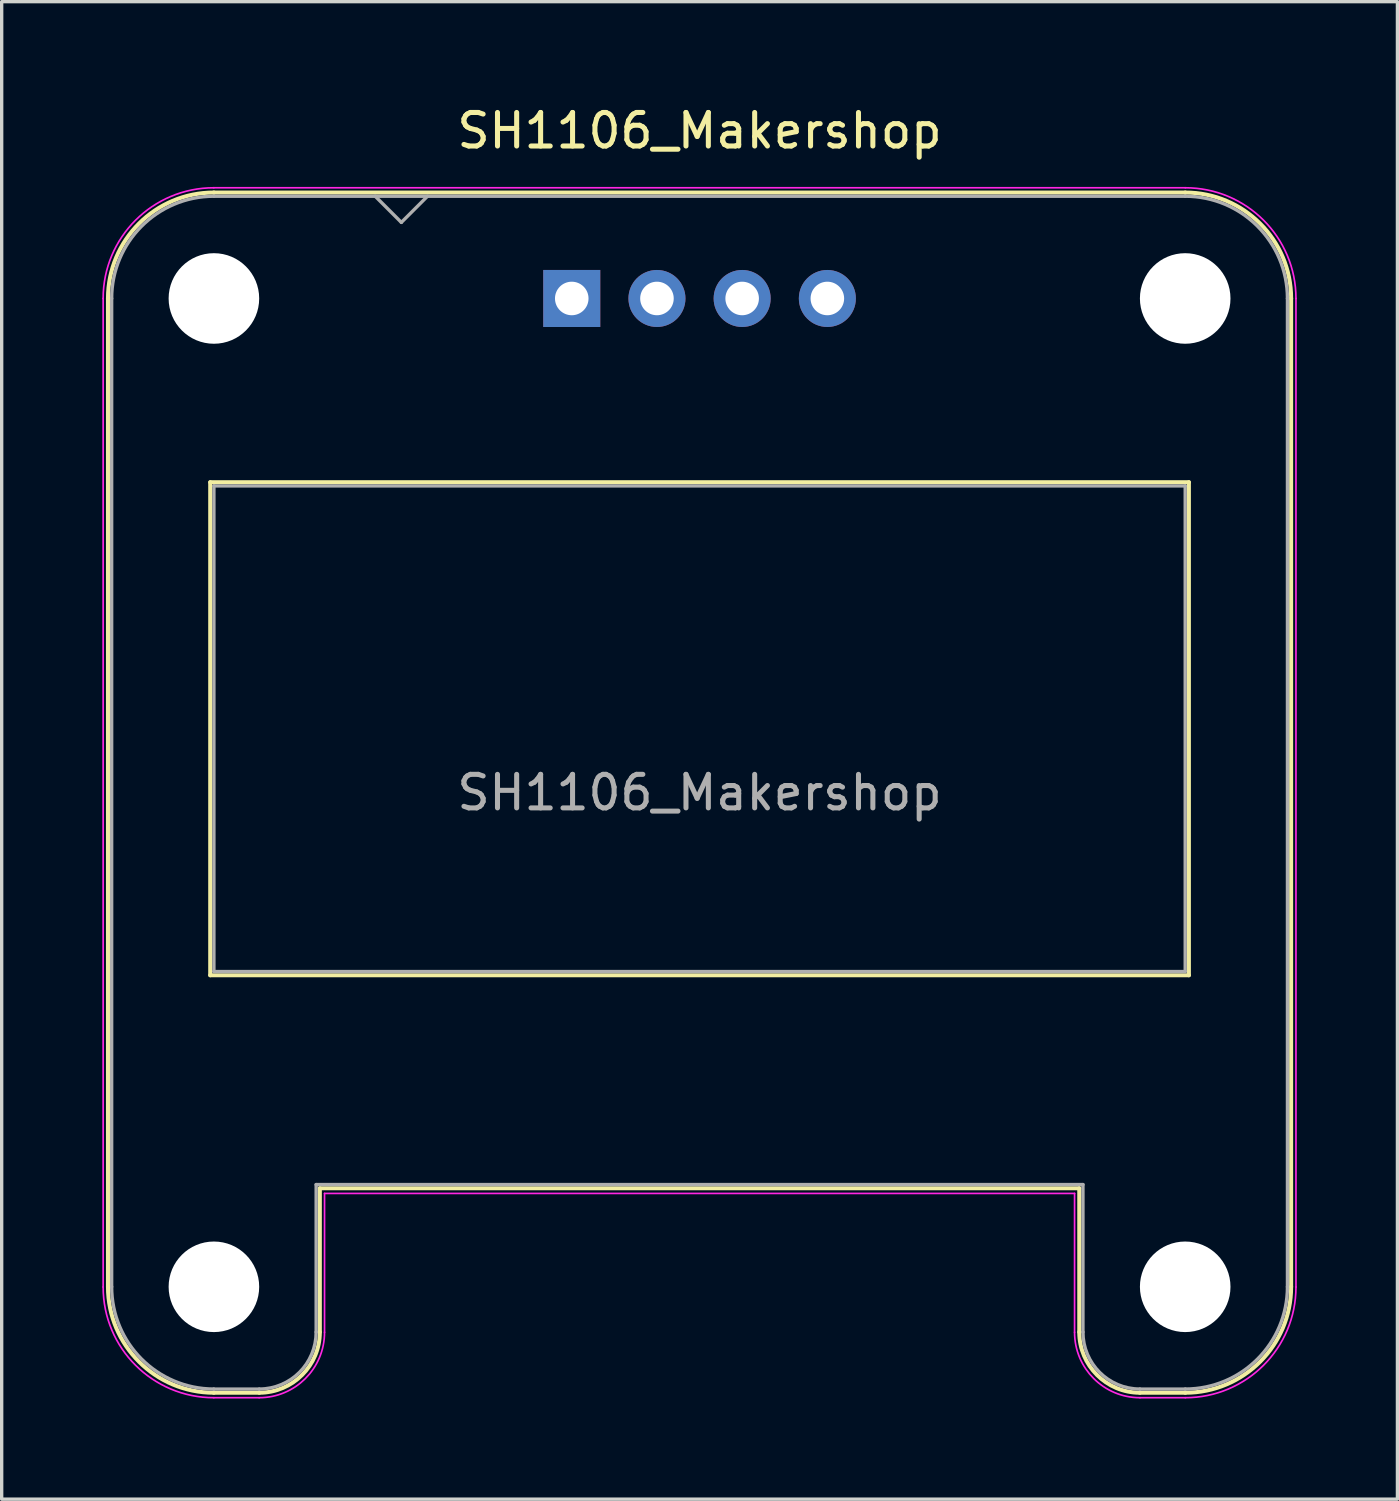
<source format=kicad_pcb>
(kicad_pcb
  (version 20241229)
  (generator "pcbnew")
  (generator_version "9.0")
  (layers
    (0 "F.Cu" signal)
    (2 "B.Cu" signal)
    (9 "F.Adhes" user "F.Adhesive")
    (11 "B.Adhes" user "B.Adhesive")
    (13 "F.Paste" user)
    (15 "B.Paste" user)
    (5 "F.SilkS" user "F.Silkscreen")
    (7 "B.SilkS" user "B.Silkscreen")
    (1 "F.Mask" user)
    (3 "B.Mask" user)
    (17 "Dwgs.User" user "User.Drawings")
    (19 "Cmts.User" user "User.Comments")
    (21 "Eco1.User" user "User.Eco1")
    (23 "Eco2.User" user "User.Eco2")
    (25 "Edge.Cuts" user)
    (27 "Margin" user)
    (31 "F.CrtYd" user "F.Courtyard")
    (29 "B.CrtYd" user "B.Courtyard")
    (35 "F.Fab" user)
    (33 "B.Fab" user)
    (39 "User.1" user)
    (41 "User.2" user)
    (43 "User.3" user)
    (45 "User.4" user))
  (footprint "SH1106_Makershop"
    (layer "F.Cu")
    (at 8.915 5.848)
    (property "Reference" "SH1106_Makershop" (at 8.89 -5 0) (layer "F.SilkS") (effects (font (size 1 1) (thickness 0.15))))
    (attr through_hole)
    (fp_line (start -8.746 0) (end -8.746 29.464) (stroke (width 0.12) (type solid)) (layer "F.SilkS"))
    (fp_line (start -5.698 5.478) (end -5.698 20.176) (stroke (width 0.12) (type solid)) (layer "F.SilkS"))
    (fp_line (start -5.698 5.478) (end 23.478 5.478) (stroke (width 0.12) (type solid)) (layer "F.SilkS"))
    (fp_line (start -5.698 20.176) (end 23.478 20.176) (stroke (width 0.12) (type solid)) (layer "F.SilkS"))
    (fp_line (start -4.238 32.622) (end -5.59 32.622) (stroke (width 0.12) (type solid)) (layer "F.SilkS"))
    (fp_line (start -2.43 26.526) (end -2.43 30.814) (stroke (width 0.12) (type solid)) (layer "F.SilkS"))
    (fp_line (start -2.43 26.526) (end 20.21 26.526) (stroke (width 0.12) (type solid)) (layer "F.SilkS"))
    (fp_line (start 20.21 26.526) (end 20.21 30.814) (stroke (width 0.12) (type solid)) (layer "F.SilkS"))
    (fp_line (start 22.018 32.622) (end 23.37 32.622) (stroke (width 0.12) (type solid)) (layer "F.SilkS"))
    (fp_line (start 23.368 -3.158) (end -5.588 -3.158) (stroke (width 0.12) (type solid)) (layer "F.SilkS"))
    (fp_line (start 23.478 5.478) (end 23.478 20.176) (stroke (width 0.12) (type solid)) (layer "F.SilkS"))
    (fp_line (start 26.526 0) (end 26.526 29.464) (stroke (width 0.12) (type solid)) (layer "F.SilkS"))
    (fp_arc (start -8.746 0) (mid -7.821043 -2.233043) (end -5.588 -3.158) (stroke (width 0.12) (type solid)) (layer "F.SilkS"))
    (fp_arc (start -5.588 32.622) (mid -7.821043 31.697043) (end -8.746 29.464) (stroke (width 0.12) (type solid)) (layer "F.SilkS"))
    (fp_arc (start -2.43 30.812) (mid -2.958137 32.091035) (end -4.236 32.622) (stroke (width 0.12) (type solid)) (layer "F.SilkS"))
    (fp_arc (start 22.016 32.622) (mid 20.738137 32.091035) (end 20.21 30.812) (stroke (width 0.12) (type solid)) (layer "F.SilkS"))
    (fp_arc (start 23.368 -3.158) (mid 25.601043 -2.233043) (end 26.526 0) (stroke (width 0.12) (type solid)) (layer "F.SilkS"))
    (fp_arc (start 26.526 29.464) (mid 25.601043 31.697043) (end 23.368 32.622) (stroke (width 0.12) (type solid)) (layer "F.SilkS"))
    (fp_line (start -8.89 0) (end -8.89 29.47) (stroke (width 0.05) (type solid)) (layer "F.CrtYd"))
    (fp_line (start -4.24 32.77) (end -5.59 32.77) (stroke (width 0.05) (type solid)) (layer "F.CrtYd"))
    (fp_line (start -2.29 26.68) (end -2.29 30.82) (stroke (width 0.05) (type solid)) (layer "F.CrtYd"))
    (fp_line (start -2.29 26.68) (end 20.07 26.68) (stroke (width 0.05) (type solid)) (layer "F.CrtYd"))
    (fp_line (start 20.07 26.68) (end 20.07 30.82) (stroke (width 0.05) (type solid)) (layer "F.CrtYd"))
    (fp_line (start 22.02 32.77) (end 23.37 32.77) (stroke (width 0.05) (type solid)) (layer "F.CrtYd"))
    (fp_line (start 23.37 -3.3) (end -5.59 -3.3) (stroke (width 0.05) (type solid)) (layer "F.CrtYd"))
    (fp_line (start 26.67 0) (end 26.67 29.47) (stroke (width 0.05) (type solid)) (layer "F.CrtYd"))
    (fp_arc (start -8.89 0) (mid -7.923452 -2.333452) (end -5.59 -3.3) (stroke (width 0.05) (type solid)) (layer "F.CrtYd"))
    (fp_arc (start -5.59 32.77) (mid -7.923452 31.803452) (end -8.89 29.47) (stroke (width 0.05) (type solid)) (layer "F.CrtYd"))
    (fp_arc (start -2.29 30.82) (mid -2.861142 32.198858) (end -4.24 32.77) (stroke (width 0.05) (type solid)) (layer "F.CrtYd"))
    (fp_arc (start 22.02 32.77) (mid 20.641142 32.198858) (end 20.07 30.82) (stroke (width 0.05) (type solid)) (layer "F.CrtYd"))
    (fp_arc (start 23.37 -3.3) (mid 25.703452 -2.333452) (end 26.67 0) (stroke (width 0.05) (type solid)) (layer "F.CrtYd"))
    (fp_arc (start 26.67 29.47) (mid 25.703452 31.803452) (end 23.37 32.77) (stroke (width 0.05) (type solid)) (layer "F.CrtYd"))
    (fp_line (start -8.636 0) (end -8.636 29.464) (stroke (width 0.1) (type solid)) (layer "F.Fab"))
    (fp_line (start -5.588 5.588) (end -5.588 20.066) (stroke (width 0.1) (type solid)) (layer "F.Fab"))
    (fp_line (start -5.588 5.588) (end 23.368 5.588) (stroke (width 0.1) (type solid)) (layer "F.Fab"))
    (fp_line (start -5.588 20.066) (end 23.368 20.066) (stroke (width 0.1) (type solid)) (layer "F.Fab"))
    (fp_line (start -4.238 32.512) (end -5.59 32.512) (stroke (width 0.1) (type solid)) (layer "F.Fab"))
    (fp_line (start -2.54 26.416) (end -2.54 30.814) (stroke (width 0.1) (type solid)) (layer "F.Fab"))
    (fp_line (start -2.54 26.416) (end 20.32 26.416) (stroke (width 0.1) (type solid)) (layer "F.Fab"))
    (fp_line (start -0.78 -3.048) (end 0 -2.268) (stroke (width 0.1) (type solid)) (layer "F.Fab"))
    (fp_line (start 0 -2.268) (end 0.78 -3.048) (stroke (width 0.1) (type solid)) (layer "F.Fab"))
    (fp_line (start 20.32 26.416) (end 20.32 30.814) (stroke (width 0.1) (type solid)) (layer "F.Fab"))
    (fp_line (start 22.018 32.512) (end 23.37 32.512) (stroke (width 0.1) (type solid)) (layer "F.Fab"))
    (fp_line (start 23.368 -3.048) (end -5.588 -3.048) (stroke (width 0.1) (type solid)) (layer "F.Fab"))
    (fp_line (start 23.368 5.588) (end 23.368 20.066) (stroke (width 0.1) (type solid)) (layer "F.Fab"))
    (fp_line (start 26.416 0) (end 26.416 29.464) (stroke (width 0.1) (type solid)) (layer "F.Fab"))
    (fp_arc (start -8.636 0.002) (mid -7.744676 -2.153847) (end -5.59 -3.048) (stroke (width 0.1) (type solid)) (layer "F.Fab"))
    (fp_arc (start -5.59 32.512) (mid -7.744676 31.617847) (end -8.636 29.462) (stroke (width 0.1) (type solid)) (layer "F.Fab"))
    (fp_arc (start -2.54 30.812) (mid -3.035918 32.013253) (end -4.236 32.512) (stroke (width 0.1) (type solid)) (layer "F.Fab"))
    (fp_arc (start 22.016 32.512) (mid 20.815918 32.013253) (end 20.32 30.812) (stroke (width 0.1) (type solid)) (layer "F.Fab"))
    (fp_arc (start 23.368 -3.048) (mid 25.523261 -2.155261) (end 26.416 0) (stroke (width 0.1) (type solid)) (layer "F.Fab"))
    (fp_arc (start 26.416 29.464) (mid 25.523261 31.619261) (end 23.368 32.512) (stroke (width 0.1) (type solid)) (layer "F.Fab"))
    (fp_text user "${REFERENCE}" (at 8.89 14.732 0) (layer "F.Fab") (effects (font (size 1 1) (thickness 0.15))))
    (pad "" np_thru_hole circle (at -5.588 0) (size 2.7 2.7) (drill 2.7) (layers "*.Cu" "*.Mask"))
    (pad "" np_thru_hole circle (at -5.588 29.464) (size 2.7 2.7) (drill 2.7) (layers "*.Cu" "*.Mask"))
    (pad "" np_thru_hole circle (at 23.368 0) (size 2.7 2.7) (drill 2.7) (layers "*.Cu" "*.Mask"))
    (pad "" np_thru_hole circle (at 23.368 29.464) (size 2.7 2.7) (drill 2.7) (layers "*.Cu" "*.Mask"))
    (pad "1" thru_hole rect (at 5.08 0) (size 1.7 1.7) (drill 1) (layers "*.Cu" "*.Mask"))
    (pad "2" thru_hole circle (at 7.62 0) (size 1.7 1.7) (drill 1) (layers "*.Cu" "*.Mask"))
    (pad "3" thru_hole circle (at 10.16 0) (size 1.7 1.7) (drill 1) (layers "*.Cu" "*.Mask"))
    (pad "4" thru_hole circle (at 12.7 0) (size 1.7 1.7) (drill 1) (layers "*.Cu" "*.Mask")))
  (gr_rect
    (start -3 -3)
    (end 38.61 41.643)
    (stroke (width 0.1) (type default))
    (fill no)
    (layer "Edge.Cuts")))
</source>
